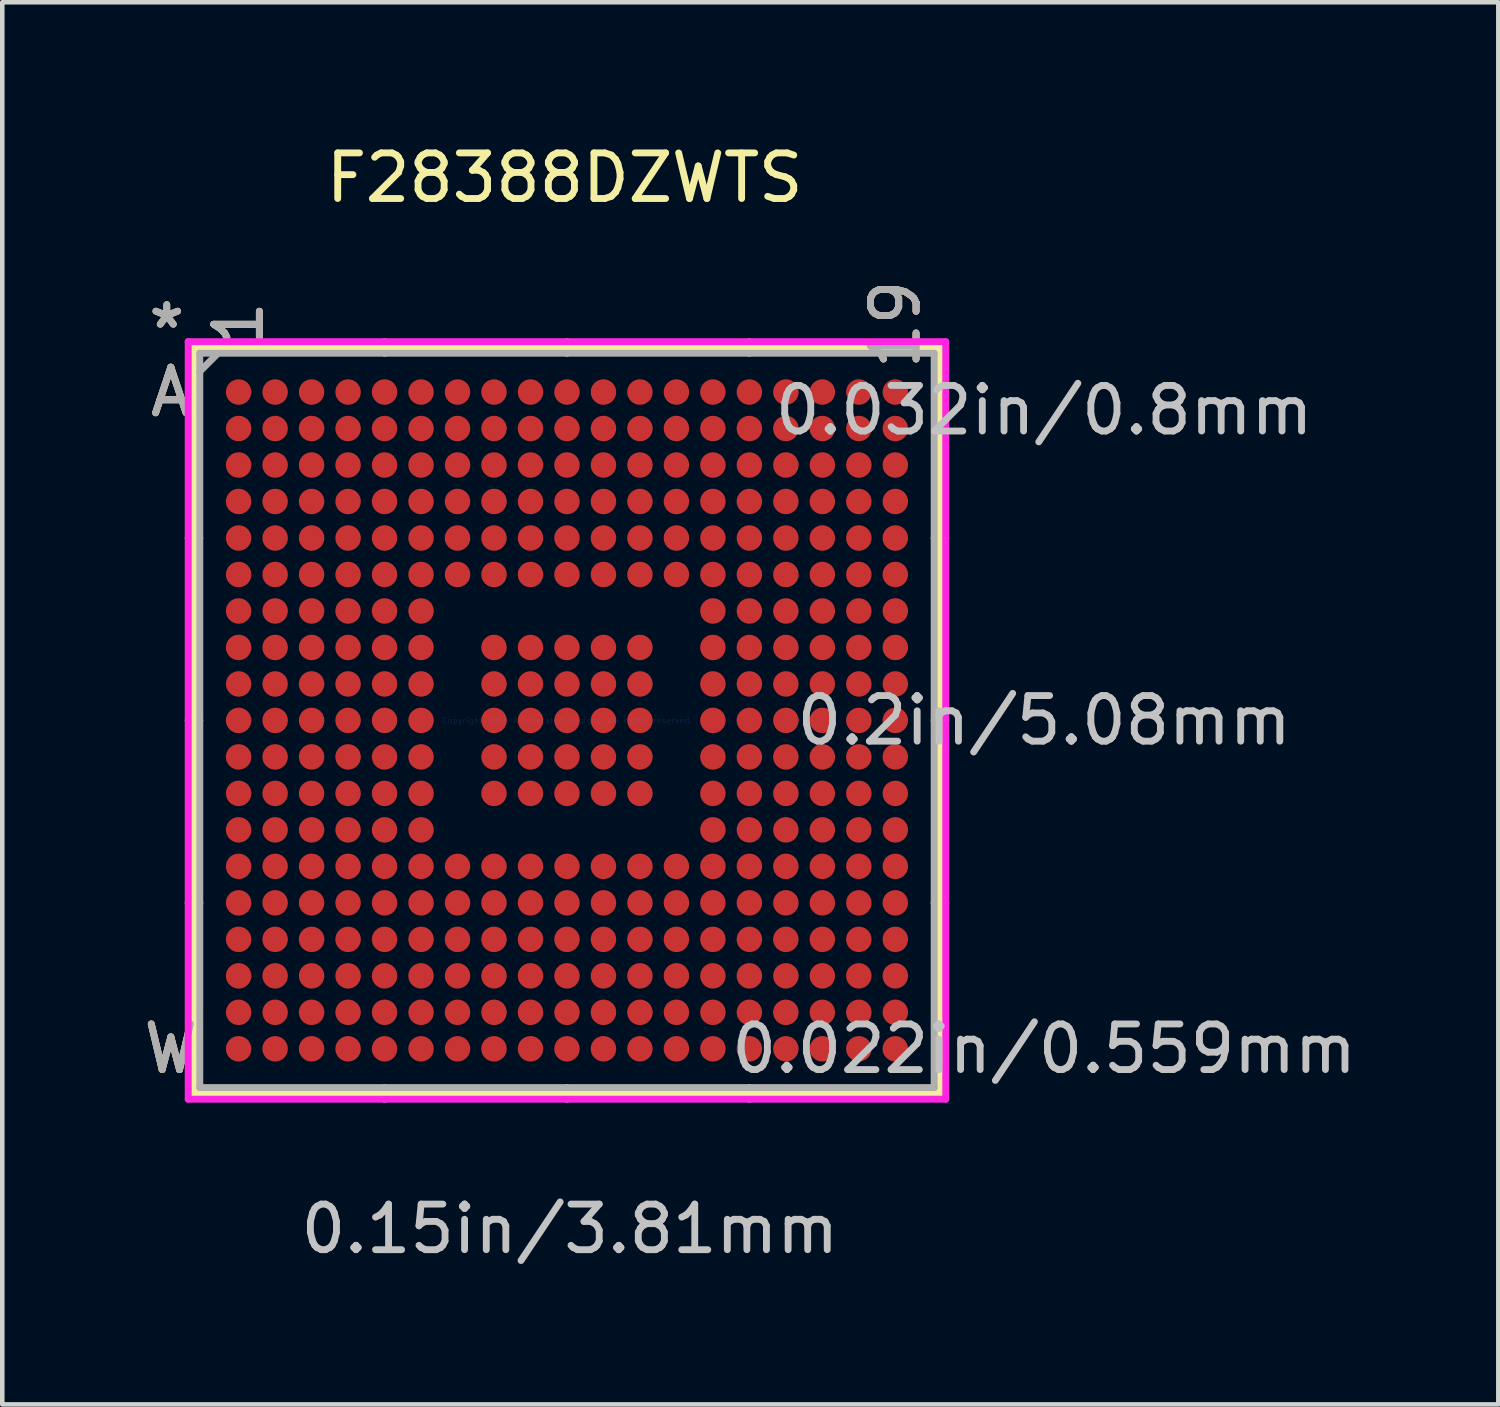
<source format=kicad_pcb>
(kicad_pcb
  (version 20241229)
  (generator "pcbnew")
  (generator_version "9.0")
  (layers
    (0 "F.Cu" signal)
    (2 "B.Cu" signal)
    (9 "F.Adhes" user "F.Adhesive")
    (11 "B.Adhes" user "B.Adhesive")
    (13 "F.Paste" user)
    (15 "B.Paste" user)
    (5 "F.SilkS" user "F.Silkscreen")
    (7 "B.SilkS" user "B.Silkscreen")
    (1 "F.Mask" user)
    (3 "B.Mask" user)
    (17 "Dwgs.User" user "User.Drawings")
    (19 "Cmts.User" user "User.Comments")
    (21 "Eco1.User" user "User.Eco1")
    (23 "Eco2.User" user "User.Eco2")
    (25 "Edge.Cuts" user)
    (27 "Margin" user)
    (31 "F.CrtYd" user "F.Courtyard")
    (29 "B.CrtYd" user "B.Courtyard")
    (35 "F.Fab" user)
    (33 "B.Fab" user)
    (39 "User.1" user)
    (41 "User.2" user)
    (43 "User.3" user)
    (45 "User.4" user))
  (footprint "F28388DZWTS"
    (layer "F.Cu")
    (at 9.383 12.748)
    (property "Reference" "F28388DZWTS" (at -0.051 -11.9 0) (layer "F.SilkS") (effects (font (size 1 1) (thickness 0.15))))
    (attr through_hole)
    (fp_line (start -8.179 -8.179) (end -8.179 8.179) (stroke (width 0.152) (type solid)) (layer "F.SilkS"))
    (fp_line (start -8.179 8.179) (end 8.179 8.179) (stroke (width 0.152) (type solid)) (layer "F.SilkS"))
    (fp_line (start -8.052 -4) (end -8.306 -4) (stroke (width 0.152) (type solid)) (layer "F.SilkS"))
    (fp_line (start -8.052 0) (end -8.306 0) (stroke (width 0.152) (type solid)) (layer "F.SilkS"))
    (fp_line (start -8.052 4) (end -8.306 4) (stroke (width 0.152) (type solid)) (layer "F.SilkS"))
    (fp_line (start -4 -8.052) (end -4 -8.306) (stroke (width 0.152) (type solid)) (layer "F.SilkS"))
    (fp_line (start -4 8.052) (end -4 8.306) (stroke (width 0.152) (type solid)) (layer "F.SilkS"))
    (fp_line (start 0 -8.052) (end 0 -8.306) (stroke (width 0.152) (type solid)) (layer "F.SilkS"))
    (fp_line (start 0 8.052) (end 0 8.306) (stroke (width 0.152) (type solid)) (layer "F.SilkS"))
    (fp_line (start 4 -8.052) (end 4 -8.306) (stroke (width 0.152) (type solid)) (layer "F.SilkS"))
    (fp_line (start 4 8.052) (end 4 8.306) (stroke (width 0.152) (type solid)) (layer "F.SilkS"))
    (fp_line (start 8.052 -4) (end 8.306 -4) (stroke (width 0.152) (type solid)) (layer "F.SilkS"))
    (fp_line (start 8.052 0) (end 8.306 0) (stroke (width 0.152) (type solid)) (layer "F.SilkS"))
    (fp_line (start 8.052 4) (end 8.306 4) (stroke (width 0.152) (type solid)) (layer "F.SilkS"))
    (fp_line (start 8.179 -8.179) (end -8.179 -8.179) (stroke (width 0.152) (type solid)) (layer "F.SilkS"))
    (fp_line (start 8.179 8.179) (end 8.179 -8.179) (stroke (width 0.152) (type solid)) (layer "F.SilkS"))
    (fp_line (start -8.306 -8.306) (end 8.306 -8.306) (stroke (width 0.152) (type solid)) (layer "F.CrtYd"))
    (fp_line (start -8.306 8.306) (end -8.306 -8.306) (stroke (width 0.152) (type solid)) (layer "F.CrtYd"))
    (fp_line (start 8.306 -8.306) (end 8.306 8.306) (stroke (width 0.152) (type solid)) (layer "F.CrtYd"))
    (fp_line (start 8.306 8.306) (end -8.306 8.306) (stroke (width 0.152) (type solid)) (layer "F.CrtYd"))
    (fp_line (start -8.052 -8.052) (end -8.052 8.052) (stroke (width 0.152) (type solid)) (layer "F.Fab"))
    (fp_line (start -8.052 8.052) (end 8.052 8.052) (stroke (width 0.152) (type solid)) (layer "F.Fab"))
    (fp_line (start -7.652 -8.052) (end -8.052 -7.652) (stroke (width 0.152) (type solid)) (layer "F.Fab"))
    (fp_line (start 8.052 -8.052) (end -8.052 -8.052) (stroke (width 0.152) (type solid)) (layer "F.Fab"))
    (fp_line (start 8.052 8.052) (end 8.052 -8.052) (stroke (width 0.152) (type solid)) (layer "F.Fab"))
    (fp_text user "1" (at -7.2 -8.687 90) (layer "F.SilkS") (effects (font (size 1 1) (thickness 0.15))))
    (fp_text user "*" (at -8.776 -8.572 0) (layer "F.SilkS") (effects (font (size 1 1) (thickness 0.15))))
    (fp_text user "A" (at -8.687 -7.201 0) (layer "F.SilkS") (effects (font (size 1 1) (thickness 0.15))))
    (fp_text user "W" (at -8.687 7.201 0) (layer "F.SilkS") (effects (font (size 1 1) (thickness 0.15))))
    (fp_text user "19" (at 7.2 -8.687 90) (layer "F.SilkS") (effects (font (size 1 1) (thickness 0.15))))
    (fp_text user "1" (at -7.2 -8.687 90) (layer "B.SilkS") (effects (font (size 1 1) (thickness 0.15))))
    (fp_text user "19" (at 7.2 -8.687 90) (layer "B.SilkS") (effects (font (size 1 1) (thickness 0.15))))
    (fp_text user "W" (at -8.687 7.201 0) (layer "B.SilkS") (effects (font (size 1 1) (thickness 0.15))))
    (fp_text user "A" (at -8.687 -7.201 0) (layer "B.SilkS") (effects (font (size 1 1) (thickness 0.15))))
    (fp_text user "0.032in/0.8mm" (at 10.465 -6.801 0) (layer "Dwgs.User") (effects (font (size 1 1) (thickness 0.15))))
    (fp_text user "0.15in/3.81mm" (at 0.064 11.151 0) (layer "Dwgs.User") (effects (font (size 1 1) (thickness 0.15))))
    (fp_text user "0.2in/5.08mm" (at 10.465 0 0) (layer "Dwgs.User") (effects (font (size 1 1) (thickness 0.15))))
    (fp_text user "0.022in/0.559mm" (at 10.465 7.201 0) (layer "Dwgs.User") (effects (font (size 1 1) (thickness 0.15))))
    (fp_text user "Copyright 2016 Accelerated Designs. All rights reserved." (at 0 0 0) (layer "Cmts.User") (effects (font (size 0.127 0.127) (thickness 0.002))))
    (fp_text user "A" (at -8.687 -7.201 0) (layer "F.Fab") (effects (font (size 1 1) (thickness 0.15))))
    (fp_text user "19" (at 7.2 -8.687 90) (layer "F.Fab") (effects (font (size 1 1) (thickness 0.15))))
    (fp_text user "W" (at -8.687 7.201 0) (layer "F.Fab") (effects (font (size 1 1) (thickness 0.15))))
    (fp_text user "*" (at -8.776 -8.572 0) (layer "F.Fab") (effects (font (size 1 1) (thickness 0.15))))
    (fp_text user "1" (at -7.2 -8.687 90) (layer "F.Fab") (effects (font (size 1 1) (thickness 0.15))))
    (pad "A1" smd circle (at -7.2 -7.201) (size 0.559 0.559) (layers "F.Cu" "F.Mask" "F.Paste"))
    (pad "A2" smd circle (at -6.4 -7.201) (size 0.559 0.559) (layers "F.Cu" "F.Mask" "F.Paste"))
    (pad "A3" smd circle (at -5.6 -7.201) (size 0.559 0.559) (layers "F.Cu" "F.Mask" "F.Paste"))
    (pad "A4" smd circle (at -4.8 -7.201) (size 0.559 0.559) (layers "F.Cu" "F.Mask" "F.Paste"))
    (pad "A5" smd circle (at -4 -7.201) (size 0.559 0.559) (layers "F.Cu" "F.Mask" "F.Paste"))
    (pad "A6" smd circle (at -3.2 -7.201) (size 0.559 0.559) (layers "F.Cu" "F.Mask" "F.Paste"))
    (pad "A7" smd circle (at -2.4 -7.201) (size 0.559 0.559) (layers "F.Cu" "F.Mask" "F.Paste"))
    (pad "A8" smd circle (at -1.6 -7.201) (size 0.559 0.559) (layers "F.Cu" "F.Mask" "F.Paste"))
    (pad "A9" smd circle (at -0.8 -7.201) (size 0.559 0.559) (layers "F.Cu" "F.Mask" "F.Paste"))
    (pad "A10" smd circle (at 0 -7.201) (size 0.559 0.559) (layers "F.Cu" "F.Mask" "F.Paste"))
    (pad "A11" smd circle (at 0.8 -7.201) (size 0.559 0.559) (layers "F.Cu" "F.Mask" "F.Paste"))
    (pad "A12" smd circle (at 1.6 -7.201) (size 0.559 0.559) (layers "F.Cu" "F.Mask" "F.Paste"))
    (pad "A13" smd circle (at 2.4 -7.201) (size 0.559 0.559) (layers "F.Cu" "F.Mask" "F.Paste"))
    (pad "A14" smd circle (at 3.2 -7.201) (size 0.559 0.559) (layers "F.Cu" "F.Mask" "F.Paste"))
    (pad "A15" smd circle (at 4 -7.201) (size 0.559 0.559) (layers "F.Cu" "F.Mask" "F.Paste"))
    (pad "A16" smd circle (at 4.8 -7.201) (size 0.559 0.559) (layers "F.Cu" "F.Mask" "F.Paste"))
    (pad "A17" smd circle (at 5.6 -7.201) (size 0.559 0.559) (layers "F.Cu" "F.Mask" "F.Paste"))
    (pad "A18" smd circle (at 6.4 -7.201) (size 0.559 0.559) (layers "F.Cu" "F.Mask" "F.Paste"))
    (pad "A19" smd circle (at 7.2 -7.201) (size 0.559 0.559) (layers "F.Cu" "F.Mask" "F.Paste"))
    (pad "B1" smd circle (at -7.2 -6.401) (size 0.559 0.559) (layers "F.Cu" "F.Mask" "F.Paste"))
    (pad "B2" smd circle (at -6.4 -6.401) (size 0.559 0.559) (layers "F.Cu" "F.Mask" "F.Paste"))
    (pad "B3" smd circle (at -5.6 -6.401) (size 0.559 0.559) (layers "F.Cu" "F.Mask" "F.Paste"))
    (pad "B4" smd circle (at -4.8 -6.401) (size 0.559 0.559) (layers "F.Cu" "F.Mask" "F.Paste"))
    (pad "B5" smd circle (at -4 -6.401) (size 0.559 0.559) (layers "F.Cu" "F.Mask" "F.Paste"))
    (pad "B6" smd circle (at -3.2 -6.401) (size 0.559 0.559) (layers "F.Cu" "F.Mask" "F.Paste"))
    (pad "B7" smd circle (at -2.4 -6.401) (size 0.559 0.559) (layers "F.Cu" "F.Mask" "F.Paste"))
    (pad "B8" smd circle (at -1.6 -6.401) (size 0.559 0.559) (layers "F.Cu" "F.Mask" "F.Paste"))
    (pad "B9" smd circle (at -0.8 -6.401) (size 0.559 0.559) (layers "F.Cu" "F.Mask" "F.Paste"))
    (pad "B10" smd circle (at 0 -6.401) (size 0.559 0.559) (layers "F.Cu" "F.Mask" "F.Paste"))
    (pad "B11" smd circle (at 0.8 -6.401) (size 0.559 0.559) (layers "F.Cu" "F.Mask" "F.Paste"))
    (pad "B12" smd circle (at 1.6 -6.401) (size 0.559 0.559) (layers "F.Cu" "F.Mask" "F.Paste"))
    (pad "B13" smd circle (at 2.4 -6.401) (size 0.559 0.559) (layers "F.Cu" "F.Mask" "F.Paste"))
    (pad "B14" smd circle (at 3.2 -6.401) (size 0.559 0.559) (layers "F.Cu" "F.Mask" "F.Paste"))
    (pad "B15" smd circle (at 4 -6.401) (size 0.559 0.559) (layers "F.Cu" "F.Mask" "F.Paste"))
    (pad "B16" smd circle (at 4.8 -6.401) (size 0.559 0.559) (layers "F.Cu" "F.Mask" "F.Paste"))
    (pad "B17" smd circle (at 5.6 -6.401) (size 0.559 0.559) (layers "F.Cu" "F.Mask" "F.Paste"))
    (pad "B18" smd circle (at 6.4 -6.401) (size 0.559 0.559) (layers "F.Cu" "F.Mask" "F.Paste"))
    (pad "B19" smd circle (at 7.2 -6.401) (size 0.559 0.559) (layers "F.Cu" "F.Mask" "F.Paste"))
    (pad "C1" smd circle (at -7.2 -5.601) (size 0.559 0.559) (layers "F.Cu" "F.Mask" "F.Paste"))
    (pad "C2" smd circle (at -6.4 -5.601) (size 0.559 0.559) (layers "F.Cu" "F.Mask" "F.Paste"))
    (pad "C3" smd circle (at -5.6 -5.601) (size 0.559 0.559) (layers "F.Cu" "F.Mask" "F.Paste"))
    (pad "C4" smd circle (at -4.8 -5.601) (size 0.559 0.559) (layers "F.Cu" "F.Mask" "F.Paste"))
    (pad "C5" smd circle (at -4 -5.601) (size 0.559 0.559) (layers "F.Cu" "F.Mask" "F.Paste"))
    (pad "C6" smd circle (at -3.2 -5.601) (size 0.559 0.559) (layers "F.Cu" "F.Mask" "F.Paste"))
    (pad "C7" smd circle (at -2.4 -5.601) (size 0.559 0.559) (layers "F.Cu" "F.Mask" "F.Paste"))
    (pad "C8" smd circle (at -1.6 -5.601) (size 0.559 0.559) (layers "F.Cu" "F.Mask" "F.Paste"))
    (pad "C9" smd circle (at -0.8 -5.601) (size 0.559 0.559) (layers "F.Cu" "F.Mask" "F.Paste"))
    (pad "C10" smd circle (at 0 -5.601) (size 0.559 0.559) (layers "F.Cu" "F.Mask" "F.Paste"))
    (pad "C11" smd circle (at 0.8 -5.601) (size 0.559 0.559) (layers "F.Cu" "F.Mask" "F.Paste"))
    (pad "C12" smd circle (at 1.6 -5.601) (size 0.559 0.559) (layers "F.Cu" "F.Mask" "F.Paste"))
    (pad "C13" smd circle (at 2.4 -5.601) (size 0.559 0.559) (layers "F.Cu" "F.Mask" "F.Paste"))
    (pad "C14" smd circle (at 3.2 -5.601) (size 0.559 0.559) (layers "F.Cu" "F.Mask" "F.Paste"))
    (pad "C15" smd circle (at 4 -5.601) (size 0.559 0.559) (layers "F.Cu" "F.Mask" "F.Paste"))
    (pad "C16" smd circle (at 4.8 -5.601) (size 0.559 0.559) (layers "F.Cu" "F.Mask" "F.Paste"))
    (pad "C17" smd circle (at 5.6 -5.601) (size 0.559 0.559) (layers "F.Cu" "F.Mask" "F.Paste"))
    (pad "C18" smd circle (at 6.4 -5.601) (size 0.559 0.559) (layers "F.Cu" "F.Mask" "F.Paste"))
    (pad "C19" smd circle (at 7.2 -5.601) (size 0.559 0.559) (layers "F.Cu" "F.Mask" "F.Paste"))
    (pad "D1" smd circle (at -7.2 -4.801) (size 0.559 0.559) (layers "F.Cu" "F.Mask" "F.Paste"))
    (pad "D2" smd circle (at -6.4 -4.801) (size 0.559 0.559) (layers "F.Cu" "F.Mask" "F.Paste"))
    (pad "D3" smd circle (at -5.6 -4.801) (size 0.559 0.559) (layers "F.Cu" "F.Mask" "F.Paste"))
    (pad "D4" smd circle (at -4.8 -4.801) (size 0.559 0.559) (layers "F.Cu" "F.Mask" "F.Paste"))
    (pad "D5" smd circle (at -4 -4.801) (size 0.559 0.559) (layers "F.Cu" "F.Mask" "F.Paste"))
    (pad "D6" smd circle (at -3.2 -4.801) (size 0.559 0.559) (layers "F.Cu" "F.Mask" "F.Paste"))
    (pad "D7" smd circle (at -2.4 -4.801) (size 0.559 0.559) (layers "F.Cu" "F.Mask" "F.Paste"))
    (pad "D8" smd circle (at -1.6 -4.801) (size 0.559 0.559) (layers "F.Cu" "F.Mask" "F.Paste"))
    (pad "D9" smd circle (at -0.8 -4.801) (size 0.559 0.559) (layers "F.Cu" "F.Mask" "F.Paste"))
    (pad "D10" smd circle (at 0 -4.801) (size 0.559 0.559) (layers "F.Cu" "F.Mask" "F.Paste"))
    (pad "D11" smd circle (at 0.8 -4.801) (size 0.559 0.559) (layers "F.Cu" "F.Mask" "F.Paste"))
    (pad "D12" smd circle (at 1.6 -4.801) (size 0.559 0.559) (layers "F.Cu" "F.Mask" "F.Paste"))
    (pad "D13" smd circle (at 2.4 -4.801) (size 0.559 0.559) (layers "F.Cu" "F.Mask" "F.Paste"))
    (pad "D14" smd circle (at 3.2 -4.801) (size 0.559 0.559) (layers "F.Cu" "F.Mask" "F.Paste"))
    (pad "D15" smd circle (at 4 -4.801) (size 0.559 0.559) (layers "F.Cu" "F.Mask" "F.Paste"))
    (pad "D16" smd circle (at 4.8 -4.801) (size 0.559 0.559) (layers "F.Cu" "F.Mask" "F.Paste"))
    (pad "D17" smd circle (at 5.6 -4.801) (size 0.559 0.559) (layers "F.Cu" "F.Mask" "F.Paste"))
    (pad "D18" smd circle (at 6.4 -4.801) (size 0.559 0.559) (layers "F.Cu" "F.Mask" "F.Paste"))
    (pad "D19" smd circle (at 7.2 -4.801) (size 0.559 0.559) (layers "F.Cu" "F.Mask" "F.Paste"))
    (pad "E1" smd circle (at -7.2 -4) (size 0.559 0.559) (layers "F.Cu" "F.Mask" "F.Paste"))
    (pad "E2" smd circle (at -6.4 -4) (size 0.559 0.559) (layers "F.Cu" "F.Mask" "F.Paste"))
    (pad "E3" smd circle (at -5.6 -4) (size 0.559 0.559) (layers "F.Cu" "F.Mask" "F.Paste"))
    (pad "E4" smd circle (at -4.8 -4) (size 0.559 0.559) (layers "F.Cu" "F.Mask" "F.Paste"))
    (pad "E5" smd circle (at -4 -4) (size 0.559 0.559) (layers "F.Cu" "F.Mask" "F.Paste"))
    (pad "E6" smd circle (at -3.2 -4) (size 0.559 0.559) (layers "F.Cu" "F.Mask" "F.Paste"))
    (pad "E7" smd circle (at -2.4 -4) (size 0.559 0.559) (layers "F.Cu" "F.Mask" "F.Paste"))
    (pad "E8" smd circle (at -1.6 -4) (size 0.559 0.559) (layers "F.Cu" "F.Mask" "F.Paste"))
    (pad "E9" smd circle (at -0.8 -4) (size 0.559 0.559) (layers "F.Cu" "F.Mask" "F.Paste"))
    (pad "E10" smd circle (at 0 -4) (size 0.559 0.559) (layers "F.Cu" "F.Mask" "F.Paste"))
    (pad "E11" smd circle (at 0.8 -4) (size 0.559 0.559) (layers "F.Cu" "F.Mask" "F.Paste"))
    (pad "E12" smd circle (at 1.6 -4) (size 0.559 0.559) (layers "F.Cu" "F.Mask" "F.Paste"))
    (pad "E13" smd circle (at 2.4 -4) (size 0.559 0.559) (layers "F.Cu" "F.Mask" "F.Paste"))
    (pad "E14" smd circle (at 3.2 -4) (size 0.559 0.559) (layers "F.Cu" "F.Mask" "F.Paste"))
    (pad "E15" smd circle (at 4 -4) (size 0.559 0.559) (layers "F.Cu" "F.Mask" "F.Paste"))
    (pad "E16" smd circle (at 4.8 -4) (size 0.559 0.559) (layers "F.Cu" "F.Mask" "F.Paste"))
    (pad "E17" smd circle (at 5.6 -4) (size 0.559 0.559) (layers "F.Cu" "F.Mask" "F.Paste"))
    (pad "E18" smd circle (at 6.4 -4) (size 0.559 0.559) (layers "F.Cu" "F.Mask" "F.Paste"))
    (pad "E19" smd circle (at 7.2 -4) (size 0.559 0.559) (layers "F.Cu" "F.Mask" "F.Paste"))
    (pad "F1" smd circle (at -7.2 -3.2) (size 0.559 0.559) (layers "F.Cu" "F.Mask" "F.Paste"))
    (pad "F2" smd circle (at -6.4 -3.2) (size 0.559 0.559) (layers "F.Cu" "F.Mask" "F.Paste"))
    (pad "F3" smd circle (at -5.6 -3.2) (size 0.559 0.559) (layers "F.Cu" "F.Mask" "F.Paste"))
    (pad "F4" smd circle (at -4.8 -3.2) (size 0.559 0.559) (layers "F.Cu" "F.Mask" "F.Paste"))
    (pad "F5" smd circle (at -4 -3.2) (size 0.559 0.559) (layers "F.Cu" "F.Mask" "F.Paste"))
    (pad "F6" smd circle (at -3.2 -3.2) (size 0.559 0.559) (layers "F.Cu" "F.Mask" "F.Paste"))
    (pad "F7" smd circle (at -2.4 -3.2) (size 0.559 0.559) (layers "F.Cu" "F.Mask" "F.Paste"))
    (pad "F8" smd circle (at -1.6 -3.2) (size 0.559 0.559) (layers "F.Cu" "F.Mask" "F.Paste"))
    (pad "F9" smd circle (at -0.8 -3.2) (size 0.559 0.559) (layers "F.Cu" "F.Mask" "F.Paste"))
    (pad "F10" smd circle (at 0 -3.2) (size 0.559 0.559) (layers "F.Cu" "F.Mask" "F.Paste"))
    (pad "F11" smd circle (at 0.8 -3.2) (size 0.559 0.559) (layers "F.Cu" "F.Mask" "F.Paste"))
    (pad "F12" smd circle (at 1.6 -3.2) (size 0.559 0.559) (layers "F.Cu" "F.Mask" "F.Paste"))
    (pad "F13" smd circle (at 2.4 -3.2) (size 0.559 0.559) (layers "F.Cu" "F.Mask" "F.Paste"))
    (pad "F14" smd circle (at 3.2 -3.2) (size 0.559 0.559) (layers "F.Cu" "F.Mask" "F.Paste"))
    (pad "F15" smd circle (at 4 -3.2) (size 0.559 0.559) (layers "F.Cu" "F.Mask" "F.Paste"))
    (pad "F16" smd circle (at 4.8 -3.2) (size 0.559 0.559) (layers "F.Cu" "F.Mask" "F.Paste"))
    (pad "F17" smd circle (at 5.6 -3.2) (size 0.559 0.559) (layers "F.Cu" "F.Mask" "F.Paste"))
    (pad "F18" smd circle (at 6.4 -3.2) (size 0.559 0.559) (layers "F.Cu" "F.Mask" "F.Paste"))
    (pad "F19" smd circle (at 7.2 -3.2) (size 0.559 0.559) (layers "F.Cu" "F.Mask" "F.Paste"))
    (pad "G1" smd circle (at -7.2 -2.4) (size 0.559 0.559) (layers "F.Cu" "F.Mask" "F.Paste"))
    (pad "G2" smd circle (at -6.4 -2.4) (size 0.559 0.559) (layers "F.Cu" "F.Mask" "F.Paste"))
    (pad "G3" smd circle (at -5.6 -2.4) (size 0.559 0.559) (layers "F.Cu" "F.Mask" "F.Paste"))
    (pad "G4" smd circle (at -4.8 -2.4) (size 0.559 0.559) (layers "F.Cu" "F.Mask" "F.Paste"))
    (pad "G5" smd circle (at -4 -2.4) (size 0.559 0.559) (layers "F.Cu" "F.Mask" "F.Paste"))
    (pad "G6" smd circle (at -3.2 -2.4) (size 0.559 0.559) (layers "F.Cu" "F.Mask" "F.Paste"))
    (pad "G14" smd circle (at 3.2 -2.4) (size 0.559 0.559) (layers "F.Cu" "F.Mask" "F.Paste"))
    (pad "G15" smd circle (at 4 -2.4) (size 0.559 0.559) (layers "F.Cu" "F.Mask" "F.Paste"))
    (pad "G16" smd circle (at 4.8 -2.4) (size 0.559 0.559) (layers "F.Cu" "F.Mask" "F.Paste"))
    (pad "G17" smd circle (at 5.6 -2.4) (size 0.559 0.559) (layers "F.Cu" "F.Mask" "F.Paste"))
    (pad "G18" smd circle (at 6.4 -2.4) (size 0.559 0.559) (layers "F.Cu" "F.Mask" "F.Paste"))
    (pad "G19" smd circle (at 7.2 -2.4) (size 0.559 0.559) (layers "F.Cu" "F.Mask" "F.Paste"))
    (pad "H1" smd circle (at -7.2 -1.6) (size 0.559 0.559) (layers "F.Cu" "F.Mask" "F.Paste"))
    (pad "H2" smd circle (at -6.4 -1.6) (size 0.559 0.559) (layers "F.Cu" "F.Mask" "F.Paste"))
    (pad "H3" smd circle (at -5.6 -1.6) (size 0.559 0.559) (layers "F.Cu" "F.Mask" "F.Paste"))
    (pad "H4" smd circle (at -4.8 -1.6) (size 0.559 0.559) (layers "F.Cu" "F.Mask" "F.Paste"))
    (pad "H5" smd circle (at -4 -1.6) (size 0.559 0.559) (layers "F.Cu" "F.Mask" "F.Paste"))
    (pad "H6" smd circle (at -3.2 -1.6) (size 0.559 0.559) (layers "F.Cu" "F.Mask" "F.Paste"))
    (pad "H8" smd circle (at -1.6 -1.6) (size 0.559 0.559) (layers "F.Cu" "F.Mask" "F.Paste"))
    (pad "H9" smd circle (at -0.8 -1.6) (size 0.559 0.559) (layers "F.Cu" "F.Mask" "F.Paste"))
    (pad "H10" smd circle (at 0 -1.6) (size 0.559 0.559) (layers "F.Cu" "F.Mask" "F.Paste"))
    (pad "H11" smd circle (at 0.8 -1.6) (size 0.559 0.559) (layers "F.Cu" "F.Mask" "F.Paste"))
    (pad "H12" smd circle (at 1.6 -1.6) (size 0.559 0.559) (layers "F.Cu" "F.Mask" "F.Paste"))
    (pad "H14" smd circle (at 3.2 -1.6) (size 0.559 0.559) (layers "F.Cu" "F.Mask" "F.Paste"))
    (pad "H15" smd circle (at 4 -1.6) (size 0.559 0.559) (layers "F.Cu" "F.Mask" "F.Paste"))
    (pad "H16" smd circle (at 4.8 -1.6) (size 0.559 0.559) (layers "F.Cu" "F.Mask" "F.Paste"))
    (pad "H17" smd circle (at 5.6 -1.6) (size 0.559 0.559) (layers "F.Cu" "F.Mask" "F.Paste"))
    (pad "H18" smd circle (at 6.4 -1.6) (size 0.559 0.559) (layers "F.Cu" "F.Mask" "F.Paste"))
    (pad "H19" smd circle (at 7.2 -1.6) (size 0.559 0.559) (layers "F.Cu" "F.Mask" "F.Paste"))
    (pad "J1" smd circle (at -7.2 -0.8) (size 0.559 0.559) (layers "F.Cu" "F.Mask" "F.Paste"))
    (pad "J2" smd circle (at -6.4 -0.8) (size 0.559 0.559) (layers "F.Cu" "F.Mask" "F.Paste"))
    (pad "J3" smd circle (at -5.6 -0.8) (size 0.559 0.559) (layers "F.Cu" "F.Mask" "F.Paste"))
    (pad "J4" smd circle (at -4.8 -0.8) (size 0.559 0.559) (layers "F.Cu" "F.Mask" "F.Paste"))
    (pad "J5" smd circle (at -4 -0.8) (size 0.559 0.559) (layers "F.Cu" "F.Mask" "F.Paste"))
    (pad "J6" smd circle (at -3.2 -0.8) (size 0.559 0.559) (layers "F.Cu" "F.Mask" "F.Paste"))
    (pad "J8" smd circle (at -1.6 -0.8) (size 0.559 0.559) (layers "F.Cu" "F.Mask" "F.Paste"))
    (pad "J9" smd circle (at -0.8 -0.8) (size 0.559 0.559) (layers "F.Cu" "F.Mask" "F.Paste"))
    (pad "J10" smd circle (at 0 -0.8) (size 0.559 0.559) (layers "F.Cu" "F.Mask" "F.Paste"))
    (pad "J11" smd circle (at 0.8 -0.8) (size 0.559 0.559) (layers "F.Cu" "F.Mask" "F.Paste"))
    (pad "J12" smd circle (at 1.6 -0.8) (size 0.559 0.559) (layers "F.Cu" "F.Mask" "F.Paste"))
    (pad "J14" smd circle (at 3.2 -0.8) (size 0.559 0.559) (layers "F.Cu" "F.Mask" "F.Paste"))
    (pad "J15" smd circle (at 4 -0.8) (size 0.559 0.559) (layers "F.Cu" "F.Mask" "F.Paste"))
    (pad "J16" smd circle (at 4.8 -0.8) (size 0.559 0.559) (layers "F.Cu" "F.Mask" "F.Paste"))
    (pad "J17" smd circle (at 5.6 -0.8) (size 0.559 0.559) (layers "F.Cu" "F.Mask" "F.Paste"))
    (pad "J18" smd circle (at 6.4 -0.8) (size 0.559 0.559) (layers "F.Cu" "F.Mask" "F.Paste"))
    (pad "J19" smd circle (at 7.2 -0.8) (size 0.559 0.559) (layers "F.Cu" "F.Mask" "F.Paste"))
    (pad "K1" smd circle (at -7.2 0) (size 0.559 0.559) (layers "F.Cu" "F.Mask" "F.Paste"))
    (pad "K2" smd circle (at -6.4 0) (size 0.559 0.559) (layers "F.Cu" "F.Mask" "F.Paste"))
    (pad "K3" smd circle (at -5.6 0) (size 0.559 0.559) (layers "F.Cu" "F.Mask" "F.Paste"))
    (pad "K4" smd circle (at -4.8 0) (size 0.559 0.559) (layers "F.Cu" "F.Mask" "F.Paste"))
    (pad "K5" smd circle (at -4 0) (size 0.559 0.559) (layers "F.Cu" "F.Mask" "F.Paste"))
    (pad "K6" smd circle (at -3.2 0) (size 0.559 0.559) (layers "F.Cu" "F.Mask" "F.Paste"))
    (pad "K8" smd circle (at -1.6 0) (size 0.559 0.559) (layers "F.Cu" "F.Mask" "F.Paste"))
    (pad "K9" smd circle (at -0.8 0) (size 0.559 0.559) (layers "F.Cu" "F.Mask" "F.Paste"))
    (pad "K10" smd circle (at 0 0) (size 0.559 0.559) (layers "F.Cu" "F.Mask" "F.Paste"))
    (pad "K11" smd circle (at 0.8 0) (size 0.559 0.559) (layers "F.Cu" "F.Mask" "F.Paste"))
    (pad "K12" smd circle (at 1.6 0) (size 0.559 0.559) (layers "F.Cu" "F.Mask" "F.Paste"))
    (pad "K14" smd circle (at 3.2 0) (size 0.559 0.559) (layers "F.Cu" "F.Mask" "F.Paste"))
    (pad "K15" smd circle (at 4 0) (size 0.559 0.559) (layers "F.Cu" "F.Mask" "F.Paste"))
    (pad "K16" smd circle (at 4.8 0) (size 0.559 0.559) (layers "F.Cu" "F.Mask" "F.Paste"))
    (pad "K17" smd circle (at 5.6 0) (size 0.559 0.559) (layers "F.Cu" "F.Mask" "F.Paste"))
    (pad "K18" smd circle (at 6.4 0) (size 0.559 0.559) (layers "F.Cu" "F.Mask" "F.Paste"))
    (pad "K19" smd circle (at 7.2 0) (size 0.559 0.559) (layers "F.Cu" "F.Mask" "F.Paste"))
    (pad "L1" smd circle (at -7.2 0.8) (size 0.559 0.559) (layers "F.Cu" "F.Mask" "F.Paste"))
    (pad "L2" smd circle (at -6.4 0.8) (size 0.559 0.559) (layers "F.Cu" "F.Mask" "F.Paste"))
    (pad "L3" smd circle (at -5.6 0.8) (size 0.559 0.559) (layers "F.Cu" "F.Mask" "F.Paste"))
    (pad "L4" smd circle (at -4.8 0.8) (size 0.559 0.559) (layers "F.Cu" "F.Mask" "F.Paste"))
    (pad "L5" smd circle (at -4 0.8) (size 0.559 0.559) (layers "F.Cu" "F.Mask" "F.Paste"))
    (pad "L6" smd circle (at -3.2 0.8) (size 0.559 0.559) (layers "F.Cu" "F.Mask" "F.Paste"))
    (pad "L8" smd circle (at -1.6 0.8) (size 0.559 0.559) (layers "F.Cu" "F.Mask" "F.Paste"))
    (pad "L9" smd circle (at -0.8 0.8) (size 0.559 0.559) (layers "F.Cu" "F.Mask" "F.Paste"))
    (pad "L10" smd circle (at 0 0.8) (size 0.559 0.559) (layers "F.Cu" "F.Mask" "F.Paste"))
    (pad "L11" smd circle (at 0.8 0.8) (size 0.559 0.559) (layers "F.Cu" "F.Mask" "F.Paste"))
    (pad "L12" smd circle (at 1.6 0.8) (size 0.559 0.559) (layers "F.Cu" "F.Mask" "F.Paste"))
    (pad "L14" smd circle (at 3.2 0.8) (size 0.559 0.559) (layers "F.Cu" "F.Mask" "F.Paste"))
    (pad "L15" smd circle (at 4 0.8) (size 0.559 0.559) (layers "F.Cu" "F.Mask" "F.Paste"))
    (pad "L16" smd circle (at 4.8 0.8) (size 0.559 0.559) (layers "F.Cu" "F.Mask" "F.Paste"))
    (pad "L17" smd circle (at 5.6 0.8) (size 0.559 0.559) (layers "F.Cu" "F.Mask" "F.Paste"))
    (pad "L18" smd circle (at 6.4 0.8) (size 0.559 0.559) (layers "F.Cu" "F.Mask" "F.Paste"))
    (pad "L19" smd circle (at 7.2 0.8) (size 0.559 0.559) (layers "F.Cu" "F.Mask" "F.Paste"))
    (pad "M1" smd circle (at -7.2 1.6) (size 0.559 0.559) (layers "F.Cu" "F.Mask" "F.Paste"))
    (pad "M2" smd circle (at -6.4 1.6) (size 0.559 0.559) (layers "F.Cu" "F.Mask" "F.Paste"))
    (pad "M3" smd circle (at -5.6 1.6) (size 0.559 0.559) (layers "F.Cu" "F.Mask" "F.Paste"))
    (pad "M4" smd circle (at -4.8 1.6) (size 0.559 0.559) (layers "F.Cu" "F.Mask" "F.Paste"))
    (pad "M5" smd circle (at -4 1.6) (size 0.559 0.559) (layers "F.Cu" "F.Mask" "F.Paste"))
    (pad "M6" smd circle (at -3.2 1.6) (size 0.559 0.559) (layers "F.Cu" "F.Mask" "F.Paste"))
    (pad "M8" smd circle (at -1.6 1.6) (size 0.559 0.559) (layers "F.Cu" "F.Mask" "F.Paste"))
    (pad "M9" smd circle (at -0.8 1.6) (size 0.559 0.559) (layers "F.Cu" "F.Mask" "F.Paste"))
    (pad "M10" smd circle (at 0 1.6) (size 0.559 0.559) (layers "F.Cu" "F.Mask" "F.Paste"))
    (pad "M11" smd circle (at 0.8 1.6) (size 0.559 0.559) (layers "F.Cu" "F.Mask" "F.Paste"))
    (pad "M12" smd circle (at 1.6 1.6) (size 0.559 0.559) (layers "F.Cu" "F.Mask" "F.Paste"))
    (pad "M14" smd circle (at 3.2 1.6) (size 0.559 0.559) (layers "F.Cu" "F.Mask" "F.Paste"))
    (pad "M15" smd circle (at 4 1.6) (size 0.559 0.559) (layers "F.Cu" "F.Mask" "F.Paste"))
    (pad "M16" smd circle (at 4.8 1.6) (size 0.559 0.559) (layers "F.Cu" "F.Mask" "F.Paste"))
    (pad "M17" smd circle (at 5.6 1.6) (size 0.559 0.559) (layers "F.Cu" "F.Mask" "F.Paste"))
    (pad "M18" smd circle (at 6.4 1.6) (size 0.559 0.559) (layers "F.Cu" "F.Mask" "F.Paste"))
    (pad "M19" smd circle (at 7.2 1.6) (size 0.559 0.559) (layers "F.Cu" "F.Mask" "F.Paste"))
    (pad "N1" smd circle (at -7.2 2.4) (size 0.559 0.559) (layers "F.Cu" "F.Mask" "F.Paste"))
    (pad "N2" smd circle (at -6.4 2.4) (size 0.559 0.559) (layers "F.Cu" "F.Mask" "F.Paste"))
    (pad "N3" smd circle (at -5.6 2.4) (size 0.559 0.559) (layers "F.Cu" "F.Mask" "F.Paste"))
    (pad "N4" smd circle (at -4.8 2.4) (size 0.559 0.559) (layers "F.Cu" "F.Mask" "F.Paste"))
    (pad "N5" smd circle (at -4 2.4) (size 0.559 0.559) (layers "F.Cu" "F.Mask" "F.Paste"))
    (pad "N6" smd circle (at -3.2 2.4) (size 0.559 0.559) (layers "F.Cu" "F.Mask" "F.Paste"))
    (pad "N14" smd circle (at 3.2 2.4) (size 0.559 0.559) (layers "F.Cu" "F.Mask" "F.Paste"))
    (pad "N15" smd circle (at 4 2.4) (size 0.559 0.559) (layers "F.Cu" "F.Mask" "F.Paste"))
    (pad "N16" smd circle (at 4.8 2.4) (size 0.559 0.559) (layers "F.Cu" "F.Mask" "F.Paste"))
    (pad "N17" smd circle (at 5.6 2.4) (size 0.559 0.559) (layers "F.Cu" "F.Mask" "F.Paste"))
    (pad "N18" smd circle (at 6.4 2.4) (size 0.559 0.559) (layers "F.Cu" "F.Mask" "F.Paste"))
    (pad "N19" smd circle (at 7.2 2.4) (size 0.559 0.559) (layers "F.Cu" "F.Mask" "F.Paste"))
    (pad "P1" smd circle (at -7.2 3.2) (size 0.559 0.559) (layers "F.Cu" "F.Mask" "F.Paste"))
    (pad "P2" smd circle (at -6.4 3.2) (size 0.559 0.559) (layers "F.Cu" "F.Mask" "F.Paste"))
    (pad "P3" smd circle (at -5.6 3.2) (size 0.559 0.559) (layers "F.Cu" "F.Mask" "F.Paste"))
    (pad "P4" smd circle (at -4.8 3.2) (size 0.559 0.559) (layers "F.Cu" "F.Mask" "F.Paste"))
    (pad "P5" smd circle (at -4 3.2) (size 0.559 0.559) (layers "F.Cu" "F.Mask" "F.Paste"))
    (pad "P6" smd circle (at -3.2 3.2) (size 0.559 0.559) (layers "F.Cu" "F.Mask" "F.Paste"))
    (pad "P7" smd circle (at -2.4 3.2) (size 0.559 0.559) (layers "F.Cu" "F.Mask" "F.Paste"))
    (pad "P8" smd circle (at -1.6 3.2) (size 0.559 0.559) (layers "F.Cu" "F.Mask" "F.Paste"))
    (pad "P9" smd circle (at -0.8 3.2) (size 0.559 0.559) (layers "F.Cu" "F.Mask" "F.Paste"))
    (pad "P10" smd circle (at 0 3.2) (size 0.559 0.559) (layers "F.Cu" "F.Mask" "F.Paste"))
    (pad "P11" smd circle (at 0.8 3.2) (size 0.559 0.559) (layers "F.Cu" "F.Mask" "F.Paste"))
    (pad "P12" smd circle (at 1.6 3.2) (size 0.559 0.559) (layers "F.Cu" "F.Mask" "F.Paste"))
    (pad "P13" smd circle (at 2.4 3.2) (size 0.559 0.559) (layers "F.Cu" "F.Mask" "F.Paste"))
    (pad "P14" smd circle (at 3.2 3.2) (size 0.559 0.559) (layers "F.Cu" "F.Mask" "F.Paste"))
    (pad "P15" smd circle (at 4 3.2) (size 0.559 0.559) (layers "F.Cu" "F.Mask" "F.Paste"))
    (pad "P16" smd circle (at 4.8 3.2) (size 0.559 0.559) (layers "F.Cu" "F.Mask" "F.Paste"))
    (pad "P17" smd circle (at 5.6 3.2) (size 0.559 0.559) (layers "F.Cu" "F.Mask" "F.Paste"))
    (pad "P18" smd circle (at 6.4 3.2) (size 0.559 0.559) (layers "F.Cu" "F.Mask" "F.Paste"))
    (pad "P19" smd circle (at 7.2 3.2) (size 0.559 0.559) (layers "F.Cu" "F.Mask" "F.Paste"))
    (pad "R1" smd circle (at -7.2 4) (size 0.559 0.559) (layers "F.Cu" "F.Mask" "F.Paste"))
    (pad "R2" smd circle (at -6.4 4) (size 0.559 0.559) (layers "F.Cu" "F.Mask" "F.Paste"))
    (pad "R3" smd circle (at -5.6 4) (size 0.559 0.559) (layers "F.Cu" "F.Mask" "F.Paste"))
    (pad "R4" smd circle (at -4.8 4) (size 0.559 0.559) (layers "F.Cu" "F.Mask" "F.Paste"))
    (pad "R5" smd circle (at -4 4) (size 0.559 0.559) (layers "F.Cu" "F.Mask" "F.Paste"))
    (pad "R6" smd circle (at -3.2 4) (size 0.559 0.559) (layers "F.Cu" "F.Mask" "F.Paste"))
    (pad "R7" smd circle (at -2.4 4) (size 0.559 0.559) (layers "F.Cu" "F.Mask" "F.Paste"))
    (pad "R8" smd circle (at -1.6 4) (size 0.559 0.559) (layers "F.Cu" "F.Mask" "F.Paste"))
    (pad "R9" smd circle (at -0.8 4) (size 0.559 0.559) (layers "F.Cu" "F.Mask" "F.Paste"))
    (pad "R10" smd circle (at 0 4) (size 0.559 0.559) (layers "F.Cu" "F.Mask" "F.Paste"))
    (pad "R11" smd circle (at 0.8 4) (size 0.559 0.559) (layers "F.Cu" "F.Mask" "F.Paste"))
    (pad "R12" smd circle (at 1.6 4) (size 0.559 0.559) (layers "F.Cu" "F.Mask" "F.Paste"))
    (pad "R13" smd circle (at 2.4 4) (size 0.559 0.559) (layers "F.Cu" "F.Mask" "F.Paste"))
    (pad "R14" smd circle (at 3.2 4) (size 0.559 0.559) (layers "F.Cu" "F.Mask" "F.Paste"))
    (pad "R15" smd circle (at 4 4) (size 0.559 0.559) (layers "F.Cu" "F.Mask" "F.Paste"))
    (pad "R16" smd circle (at 4.8 4) (size 0.559 0.559) (layers "F.Cu" "F.Mask" "F.Paste"))
    (pad "R17" smd circle (at 5.6 4) (size 0.559 0.559) (layers "F.Cu" "F.Mask" "F.Paste"))
    (pad "R18" smd circle (at 6.4 4) (size 0.559 0.559) (layers "F.Cu" "F.Mask" "F.Paste"))
    (pad "R19" smd circle (at 7.2 4) (size 0.559 0.559) (layers "F.Cu" "F.Mask" "F.Paste"))
    (pad "T1" smd circle (at -7.2 4.801) (size 0.559 0.559) (layers "F.Cu" "F.Mask" "F.Paste"))
    (pad "T2" smd circle (at -6.4 4.801) (size 0.559 0.559) (layers "F.Cu" "F.Mask" "F.Paste"))
    (pad "T3" smd circle (at -5.6 4.801) (size 0.559 0.559) (layers "F.Cu" "F.Mask" "F.Paste"))
    (pad "T4" smd circle (at -4.8 4.801) (size 0.559 0.559) (layers "F.Cu" "F.Mask" "F.Paste"))
    (pad "T5" smd circle (at -4 4.801) (size 0.559 0.559) (layers "F.Cu" "F.Mask" "F.Paste"))
    (pad "T6" smd circle (at -3.2 4.801) (size 0.559 0.559) (layers "F.Cu" "F.Mask" "F.Paste"))
    (pad "T7" smd circle (at -2.4 4.801) (size 0.559 0.559) (layers "F.Cu" "F.Mask" "F.Paste"))
    (pad "T8" smd circle (at -1.6 4.801) (size 0.559 0.559) (layers "F.Cu" "F.Mask" "F.Paste"))
    (pad "T9" smd circle (at -0.8 4.801) (size 0.559 0.559) (layers "F.Cu" "F.Mask" "F.Paste"))
    (pad "T10" smd circle (at 0 4.801) (size 0.559 0.559) (layers "F.Cu" "F.Mask" "F.Paste"))
    (pad "T11" smd circle (at 0.8 4.801) (size 0.559 0.559) (layers "F.Cu" "F.Mask" "F.Paste"))
    (pad "T12" smd circle (at 1.6 4.801) (size 0.559 0.559) (layers "F.Cu" "F.Mask" "F.Paste"))
    (pad "T13" smd circle (at 2.4 4.801) (size 0.559 0.559) (layers "F.Cu" "F.Mask" "F.Paste"))
    (pad "T14" smd circle (at 3.2 4.801) (size 0.559 0.559) (layers "F.Cu" "F.Mask" "F.Paste"))
    (pad "T15" smd circle (at 4 4.801) (size 0.559 0.559) (layers "F.Cu" "F.Mask" "F.Paste"))
    (pad "T16" smd circle (at 4.8 4.801) (size 0.559 0.559) (layers "F.Cu" "F.Mask" "F.Paste"))
    (pad "T17" smd circle (at 5.6 4.801) (size 0.559 0.559) (layers "F.Cu" "F.Mask" "F.Paste"))
    (pad "T18" smd circle (at 6.4 4.801) (size 0.559 0.559) (layers "F.Cu" "F.Mask" "F.Paste"))
    (pad "T19" smd circle (at 7.2 4.801) (size 0.559 0.559) (layers "F.Cu" "F.Mask" "F.Paste"))
    (pad "U1" smd circle (at -7.2 5.601) (size 0.559 0.559) (layers "F.Cu" "F.Mask" "F.Paste"))
    (pad "U2" smd circle (at -6.4 5.601) (size 0.559 0.559) (layers "F.Cu" "F.Mask" "F.Paste"))
    (pad "U3" smd circle (at -5.6 5.601) (size 0.559 0.559) (layers "F.Cu" "F.Mask" "F.Paste"))
    (pad "U4" smd circle (at -4.8 5.601) (size 0.559 0.559) (layers "F.Cu" "F.Mask" "F.Paste"))
    (pad "U5" smd circle (at -4 5.601) (size 0.559 0.559) (layers "F.Cu" "F.Mask" "F.Paste"))
    (pad "U6" smd circle (at -3.2 5.601) (size 0.559 0.559) (layers "F.Cu" "F.Mask" "F.Paste"))
    (pad "U7" smd circle (at -2.4 5.601) (size 0.559 0.559) (layers "F.Cu" "F.Mask" "F.Paste"))
    (pad "U8" smd circle (at -1.6 5.601) (size 0.559 0.559) (layers "F.Cu" "F.Mask" "F.Paste"))
    (pad "U9" smd circle (at -0.8 5.601) (size 0.559 0.559) (layers "F.Cu" "F.Mask" "F.Paste"))
    (pad "U10" smd circle (at 0 5.601) (size 0.559 0.559) (layers "F.Cu" "F.Mask" "F.Paste"))
    (pad "U11" smd circle (at 0.8 5.601) (size 0.559 0.559) (layers "F.Cu" "F.Mask" "F.Paste"))
    (pad "U12" smd circle (at 1.6 5.601) (size 0.559 0.559) (layers "F.Cu" "F.Mask" "F.Paste"))
    (pad "U13" smd circle (at 2.4 5.601) (size 0.559 0.559) (layers "F.Cu" "F.Mask" "F.Paste"))
    (pad "U14" smd circle (at 3.2 5.601) (size 0.559 0.559) (layers "F.Cu" "F.Mask" "F.Paste"))
    (pad "U15" smd circle (at 4 5.601) (size 0.559 0.559) (layers "F.Cu" "F.Mask" "F.Paste"))
    (pad "U16" smd circle (at 4.8 5.601) (size 0.559 0.559) (layers "F.Cu" "F.Mask" "F.Paste"))
    (pad "U17" smd circle (at 5.6 5.601) (size 0.559 0.559) (layers "F.Cu" "F.Mask" "F.Paste"))
    (pad "U18" smd circle (at 6.4 5.601) (size 0.559 0.559) (layers "F.Cu" "F.Mask" "F.Paste"))
    (pad "U19" smd circle (at 7.2 5.601) (size 0.559 0.559) (layers "F.Cu" "F.Mask" "F.Paste"))
    (pad "V1" smd circle (at -7.2 6.401) (size 0.559 0.559) (layers "F.Cu" "F.Mask" "F.Paste"))
    (pad "V2" smd circle (at -6.4 6.401) (size 0.559 0.559) (layers "F.Cu" "F.Mask" "F.Paste"))
    (pad "V3" smd circle (at -5.6 6.401) (size 0.559 0.559) (layers "F.Cu" "F.Mask" "F.Paste"))
    (pad "V4" smd circle (at -4.8 6.401) (size 0.559 0.559) (layers "F.Cu" "F.Mask" "F.Paste"))
    (pad "V5" smd circle (at -4 6.401) (size 0.559 0.559) (layers "F.Cu" "F.Mask" "F.Paste"))
    (pad "V6" smd circle (at -3.2 6.401) (size 0.559 0.559) (layers "F.Cu" "F.Mask" "F.Paste"))
    (pad "V7" smd circle (at -2.4 6.401) (size 0.559 0.559) (layers "F.Cu" "F.Mask" "F.Paste"))
    (pad "V8" smd circle (at -1.6 6.401) (size 0.559 0.559) (layers "F.Cu" "F.Mask" "F.Paste"))
    (pad "V9" smd circle (at -0.8 6.401) (size 0.559 0.559) (layers "F.Cu" "F.Mask" "F.Paste"))
    (pad "V10" smd circle (at 0 6.401) (size 0.559 0.559) (layers "F.Cu" "F.Mask" "F.Paste"))
    (pad "V11" smd circle (at 0.8 6.401) (size 0.559 0.559) (layers "F.Cu" "F.Mask" "F.Paste"))
    (pad "V12" smd circle (at 1.6 6.401) (size 0.559 0.559) (layers "F.Cu" "F.Mask" "F.Paste"))
    (pad "V13" smd circle (at 2.4 6.401) (size 0.559 0.559) (layers "F.Cu" "F.Mask" "F.Paste"))
    (pad "V14" smd circle (at 3.2 6.401) (size 0.559 0.559) (layers "F.Cu" "F.Mask" "F.Paste"))
    (pad "V15" smd circle (at 4 6.401) (size 0.559 0.559) (layers "F.Cu" "F.Mask" "F.Paste"))
    (pad "V16" smd circle (at 4.8 6.401) (size 0.559 0.559) (layers "F.Cu" "F.Mask" "F.Paste"))
    (pad "V17" smd circle (at 5.6 6.401) (size 0.559 0.559) (layers "F.Cu" "F.Mask" "F.Paste"))
    (pad "V18" smd circle (at 6.4 6.401) (size 0.559 0.559) (layers "F.Cu" "F.Mask" "F.Paste"))
    (pad "V19" smd circle (at 7.2 6.401) (size 0.559 0.559) (layers "F.Cu" "F.Mask" "F.Paste"))
    (pad "W1" smd circle (at -7.2 7.201) (size 0.559 0.559) (layers "F.Cu" "F.Mask" "F.Paste"))
    (pad "W2" smd circle (at -6.4 7.201) (size 0.559 0.559) (layers "F.Cu" "F.Mask" "F.Paste"))
    (pad "W3" smd circle (at -5.6 7.201) (size 0.559 0.559) (layers "F.Cu" "F.Mask" "F.Paste"))
    (pad "W4" smd circle (at -4.8 7.201) (size 0.559 0.559) (layers "F.Cu" "F.Mask" "F.Paste"))
    (pad "W5" smd circle (at -4 7.201) (size 0.559 0.559) (layers "F.Cu" "F.Mask" "F.Paste"))
    (pad "W6" smd circle (at -3.2 7.201) (size 0.559 0.559) (layers "F.Cu" "F.Mask" "F.Paste"))
    (pad "W7" smd circle (at -2.4 7.201) (size 0.559 0.559) (layers "F.Cu" "F.Mask" "F.Paste"))
    (pad "W8" smd circle (at -1.6 7.201) (size 0.559 0.559) (layers "F.Cu" "F.Mask" "F.Paste"))
    (pad "W9" smd circle (at -0.8 7.201) (size 0.559 0.559) (layers "F.Cu" "F.Mask" "F.Paste"))
    (pad "W10" smd circle (at 0 7.201) (size 0.559 0.559) (layers "F.Cu" "F.Mask" "F.Paste"))
    (pad "W11" smd circle (at 0.8 7.201) (size 0.559 0.559) (layers "F.Cu" "F.Mask" "F.Paste"))
    (pad "W12" smd circle (at 1.6 7.201) (size 0.559 0.559) (layers "F.Cu" "F.Mask" "F.Paste"))
    (pad "W13" smd circle (at 2.4 7.201) (size 0.559 0.559) (layers "F.Cu" "F.Mask" "F.Paste"))
    (pad "W14" smd circle (at 3.2 7.201) (size 0.559 0.559) (layers "F.Cu" "F.Mask" "F.Paste"))
    (pad "W15" smd circle (at 4 7.201) (size 0.559 0.559) (layers "F.Cu" "F.Mask" "F.Paste"))
    (pad "W16" smd circle (at 4.8 7.201) (size 0.559 0.559) (layers "F.Cu" "F.Mask" "F.Paste"))
    (pad "W17" smd circle (at 5.6 7.201) (size 0.559 0.559) (layers "F.Cu" "F.Mask" "F.Paste"))
    (pad "W18" smd circle (at 6.4 7.201) (size 0.559 0.559) (layers "F.Cu" "F.Mask" "F.Paste"))
    (pad "W19" smd circle (at 7.2 7.201) (size 0.559 0.559) (layers "F.Cu" "F.Mask" "F.Paste")))
  (gr_rect
    (start -3 -3)
    (end 29.806 27.747)
    (stroke (width 0.1) (type default))
    (fill no)
    (layer "Edge.Cuts")))
</source>
